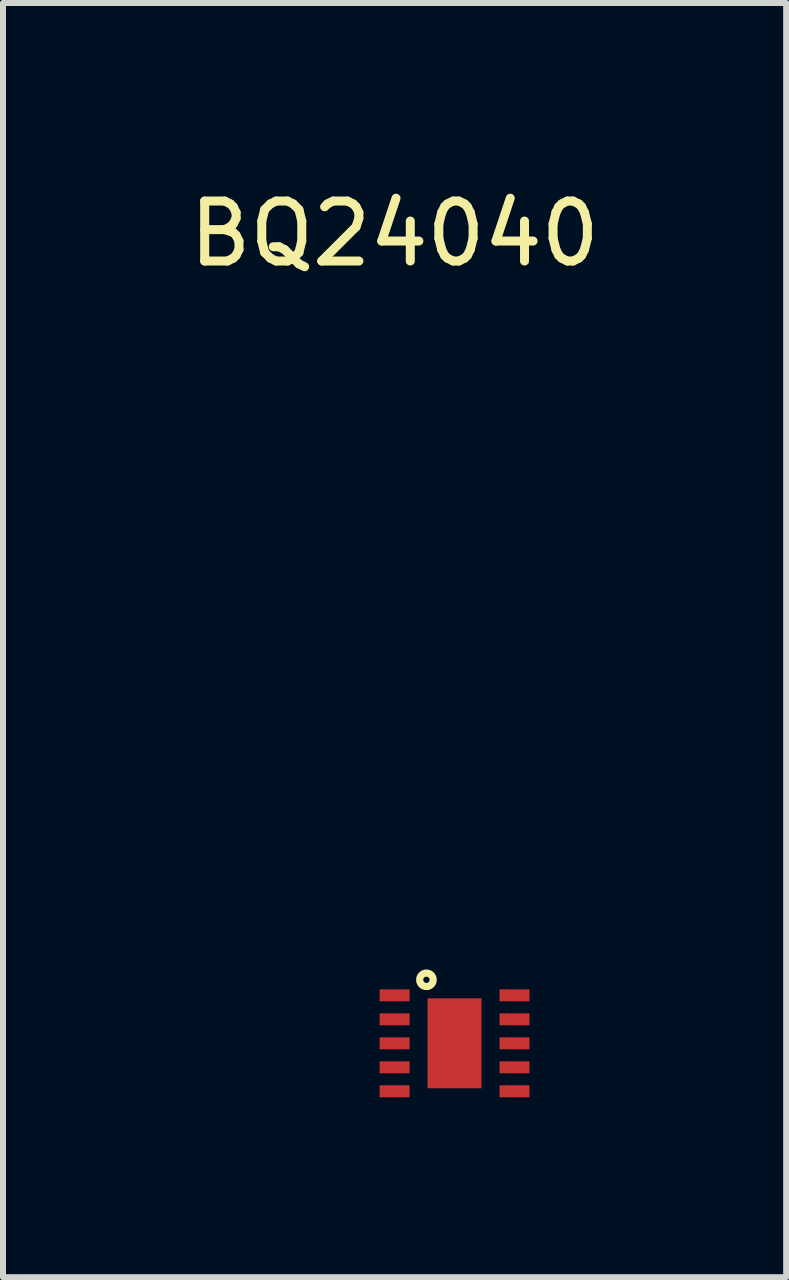
<source format=kicad_pcb>
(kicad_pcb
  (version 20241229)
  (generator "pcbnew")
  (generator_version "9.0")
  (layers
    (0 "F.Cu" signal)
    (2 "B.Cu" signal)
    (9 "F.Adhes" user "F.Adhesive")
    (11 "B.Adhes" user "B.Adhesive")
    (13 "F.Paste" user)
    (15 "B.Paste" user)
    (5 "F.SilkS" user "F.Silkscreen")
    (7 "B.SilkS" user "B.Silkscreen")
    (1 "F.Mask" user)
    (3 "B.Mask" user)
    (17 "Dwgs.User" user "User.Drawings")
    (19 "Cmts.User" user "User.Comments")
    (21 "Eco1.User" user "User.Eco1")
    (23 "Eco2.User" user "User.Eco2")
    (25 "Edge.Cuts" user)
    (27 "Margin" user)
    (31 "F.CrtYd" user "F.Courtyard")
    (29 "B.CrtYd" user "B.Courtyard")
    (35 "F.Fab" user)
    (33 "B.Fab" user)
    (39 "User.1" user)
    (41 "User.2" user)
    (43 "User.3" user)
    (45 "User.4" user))
  (footprint "BQ24040"
    (layer "F.Cu")
    (at 3.53 13.548)
    (property "Reference" "BQ24040" (at 0 -12.7 0) (layer "F.SilkS") (effects (font (size 1 1) (thickness 0.15))))
    (attr through_hole)
    (fp_circle (center 0.531 -0.259) (end 0.572 -0.226) (stroke (width 0.12) (type solid)) (fill no) (layer "F.SilkS"))
    (pad "1" smd rect (at 0 0) (size 0.5 0.2) (layers "F.Cu" "F.Mask" "F.Paste"))
    (pad "2" smd rect (at 0 0.4) (size 0.5 0.2) (layers "F.Cu" "F.Mask" "F.Paste"))
    (pad "3" smd rect (at 0 0.8) (size 0.5 0.2) (layers "F.Cu" "F.Mask" "F.Paste"))
    (pad "4" smd rect (at 0 1.2) (size 0.5 0.2) (layers "F.Cu" "F.Mask" "F.Paste"))
    (pad "5" smd rect (at 0 1.6) (size 0.5 0.2) (layers "F.Cu" "F.Mask" "F.Paste"))
    (pad "6" smd rect (at 2 1.6) (size 0.5 0.2) (layers "F.Cu" "F.Mask" "F.Paste"))
    (pad "7" smd rect (at 2 1.2) (size 0.5 0.2) (layers "F.Cu" "F.Mask" "F.Paste"))
    (pad "8" smd rect (at 2 0.8) (size 0.5 0.2) (layers "F.Cu" "F.Mask" "F.Paste"))
    (pad "9" smd rect (at 2 0.4) (size 0.5 0.2) (layers "F.Cu" "F.Mask" "F.Paste"))
    (pad "10" smd rect (at 2 0) (size 0.5 0.2) (layers "F.Cu" "F.Mask" "F.Paste"))
    (pad "11" smd rect (at 1 0.8) (size 0.9 1.5) (layers "F.Cu" "F.Mask" "F.Paste")))
  (gr_rect
    (start -3 -3)
    (end 10.06 18.248)
    (stroke (width 0.1) (type default))
    (fill no)
    (layer "Edge.Cuts")))
</source>
